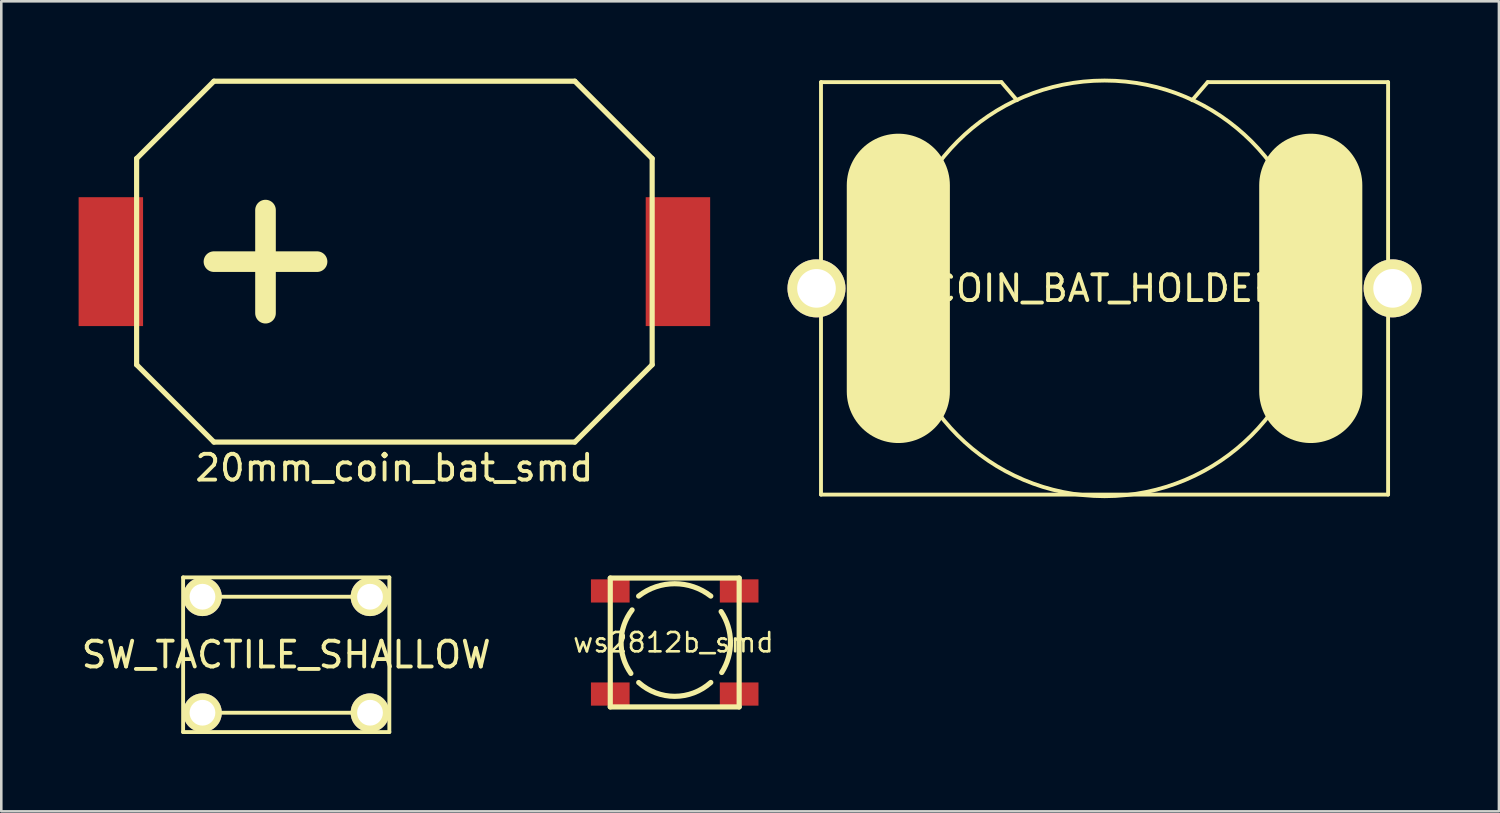
<source format=kicad_pcb>
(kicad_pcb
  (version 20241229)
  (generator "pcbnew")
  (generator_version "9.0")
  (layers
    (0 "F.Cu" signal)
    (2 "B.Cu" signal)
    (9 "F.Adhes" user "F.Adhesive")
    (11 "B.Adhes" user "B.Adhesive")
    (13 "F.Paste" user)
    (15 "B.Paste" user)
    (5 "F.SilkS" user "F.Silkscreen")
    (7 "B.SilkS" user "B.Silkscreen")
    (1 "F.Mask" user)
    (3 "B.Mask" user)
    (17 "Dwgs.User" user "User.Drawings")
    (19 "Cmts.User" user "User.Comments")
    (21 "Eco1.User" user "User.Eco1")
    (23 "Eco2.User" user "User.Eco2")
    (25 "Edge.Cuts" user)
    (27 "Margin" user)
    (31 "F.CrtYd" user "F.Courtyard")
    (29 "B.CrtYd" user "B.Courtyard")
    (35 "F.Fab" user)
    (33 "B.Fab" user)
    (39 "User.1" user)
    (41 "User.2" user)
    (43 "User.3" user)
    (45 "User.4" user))
  (footprint "SW_TACTILE_SHALLOW"
    (layer "F.Cu")
    (at 8.054 22.35)
    (property "Reference" "SW_TACTILE_SHALLOW" (at 0 0 0) (layer "F.SilkS") (effects (font (size 1 1) (thickness 0.15))))
    (attr through_hole)
    (fp_line (start -4 -3) (end 4 -3) (stroke (width 0.15) (type solid)) (layer "F.SilkS"))
    (fp_line (start -4 3) (end -4 -3) (stroke (width 0.15) (type solid)) (layer "F.SilkS"))
    (fp_line (start -2.5 -2.25) (end 2.5 -2.25) (stroke (width 0.15) (type solid)) (layer "F.SilkS"))
    (fp_line (start -2.5 2.25) (end 2.5 2.25) (stroke (width 0.15) (type solid)) (layer "F.SilkS"))
    (fp_line (start 4 -3) (end 4 3) (stroke (width 0.15) (type solid)) (layer "F.SilkS"))
    (fp_line (start 4 3) (end -4 3) (stroke (width 0.15) (type solid)) (layer "F.SilkS"))
    (pad "1" thru_hole circle (at -3.25 -2.25) (size 1.5 1.5) (drill 1) (layers "*.Cu" "*.Mask" "F.SilkS"))
    (pad "1" thru_hole circle (at 3.25 -2.25) (size 1.5 1.5) (drill 1) (layers "*.Cu" "*.Mask" "F.SilkS"))
    (pad "2" thru_hole circle (at -3.25 2.25) (size 1.5 1.5) (drill 1) (layers "*.Cu" "*.Mask" "F.SilkS"))
    (pad "2" thru_hole circle (at 3.25 2.25) (size 1.5 1.5) (drill 1) (layers "*.Cu" "*.Mask" "F.SilkS")))
  (footprint "20mm_coin_bat_smd"
    (layer "F.Cu")
    (at 12.25 7.1)
    (property "Reference" "20mm_coin_bat_smd" (at 0 8 0) (layer "F.SilkS") (effects (font (size 1 1) (thickness 0.15))))
    (attr through_hole)
    (fp_line (start -10 -4) (end -10 4) (stroke (width 0.2) (type solid)) (layer "F.SilkS"))
    (fp_line (start -10 -4) (end -7 -7) (stroke (width 0.2) (type solid)) (layer "F.SilkS"))
    (fp_line (start -10 4) (end -7 7) (stroke (width 0.2) (type solid)) (layer "F.SilkS"))
    (fp_line (start -5 -2) (end -5 2) (stroke (width 0.8) (type solid)) (layer "F.SilkS"))
    (fp_line (start -3 0) (end -7 0) (stroke (width 0.8) (type solid)) (layer "F.SilkS"))
    (fp_line (start 7 -7) (end -7 -7) (stroke (width 0.2) (type solid)) (layer "F.SilkS"))
    (fp_line (start 7 7) (end -7 7) (stroke (width 0.2) (type solid)) (layer "F.SilkS"))
    (fp_line (start 10 -4) (end 7 -7) (stroke (width 0.2) (type solid)) (layer "F.SilkS"))
    (fp_line (start 10 -4) (end 10 4) (stroke (width 0.2) (type solid)) (layer "F.SilkS"))
    (fp_line (start 10 4) (end 7 7) (stroke (width 0.2) (type solid)) (layer "F.SilkS"))
    (pad "1" smd rect (at -11 0) (size 2.5 5) (layers "F.Cu" "F.Mask" "F.Paste"))
    (pad "2" smd rect (at 11 0) (size 2.5 5) (layers "F.Cu" "F.Mask" "F.Paste")))
  (footprint "COIN_BAT_HOLDER"
    (layer "F.Cu")
    (at 39.8 8.137)
    (property "Reference" "COIN_BAT_HOLDER" (at 0 0 0) (layer "F.SilkS") (effects (font (size 1 1) (thickness 0.15))))
    (attr through_hole)
    (fp_line (start -11 -8) (end -11 8) (stroke (width 0.15) (type solid)) (layer "F.SilkS"))
    (fp_line (start -11 8) (end 11 8) (stroke (width 0.15) (type solid)) (layer "F.SilkS"))
    (fp_line (start -8 -4) (end -8 4) (stroke (width 4) (type solid)) (layer "F.SilkS"))
    (fp_line (start -4 -8) (end -11 -8) (stroke (width 0.15) (type solid)) (layer "F.SilkS"))
    (fp_line (start -4 -8) (end -3.4 -7.3) (stroke (width 0.15) (type solid)) (layer "F.SilkS"))
    (fp_line (start 4 -8) (end 3.4 -7.3) (stroke (width 0.15) (type solid)) (layer "F.SilkS"))
    (fp_line (start 8 -4) (end 8 4) (stroke (width 4) (type solid)) (layer "F.SilkS"))
    (fp_line (start 11 -8) (end 4 -8) (stroke (width 0.15) (type solid)) (layer "F.SilkS"))
    (fp_line (start 11 8) (end 11 -8) (stroke (width 0.15) (type solid)) (layer "F.SilkS"))
    (fp_circle (center 0 0) (end 8 1) (stroke (width 0.15) (type solid)) (fill no) (layer "F.SilkS"))
    (pad "1" thru_hole circle (at -11.175 0) (size 2.25 2.25) (drill 1.5) (layers "*.Cu" "*.Mask" "F.SilkS"))
    (pad "2" thru_hole circle (at 11.175 0) (size 2.25 2.25) (drill 1.5) (layers "*.Cu" "*.Mask" "F.SilkS")))
  (footprint "ws2812b_smd"
    (layer "F.Cu")
    (at 23.125 21.875)
    (property "Reference" "ws2812b_smd" (at -0.05 0 0) (layer "F.SilkS") (effects (font (size 0.75 0.75) (thickness 0.1))))
    (attr through_hole)
    (fp_line (start -2.5 -2.5) (end 2.5 -2.5) (stroke (width 0.2) (type solid)) (layer "F.SilkS"))
    (fp_line (start -2.5 2.5) (end -2.5 -2.5) (stroke (width 0.2) (type solid)) (layer "F.SilkS"))
    (fp_line (start 2.5 -2.5) (end 2.5 2.5) (stroke (width 0.2) (type solid)) (layer "F.SilkS"))
    (fp_line (start 2.5 2.5) (end -2.5 2.5) (stroke (width 0.2) (type solid)) (layer "F.SilkS"))
    (fp_arc (start -1.7 1.2) (mid -2.080486 -0.039725) (end -1.652952 -1.264022) (stroke (width 0.2) (type solid)) (layer "F.SilkS"))
    (fp_arc (start -1.4 -1.8) (mid 0 -2.280351) (end 1.4 -1.8) (stroke (width 0.2) (type solid)) (layer "F.SilkS"))
    (fp_arc (start 1.4 1.55) (mid 0.001858 2.088659) (end -1.39724 1.552489) (stroke (width 0.2) (type solid)) (layer "F.SilkS"))
    (fp_arc (start 1.8 -1.2) (mid 2.163228 -0.021069) (end 1.823031 1.164714) (stroke (width 0.2) (type solid)) (layer "F.SilkS"))
    (pad "1" smd rect (at -2.5 -2) (size 1.5 0.9) (layers "F.Cu" "F.Mask" "F.Paste"))
    (pad "2" smd rect (at -2.5 2) (size 1.5 0.9) (layers "F.Cu" "F.Mask" "F.Paste"))
    (pad "3" smd rect (at 2.5 2) (size 1.5 0.9) (layers "F.Cu" "F.Mask" "F.Paste"))
    (pad "4" smd rect (at 2.5 -2) (size 1.5 0.9) (layers "F.Cu" "F.Mask" "F.Paste")))
  (gr_rect
    (start -3 -3)
    (end 55.1 28.425)
    (stroke (width 0.1) (type default))
    (fill no)
    (layer "Edge.Cuts")))
</source>
